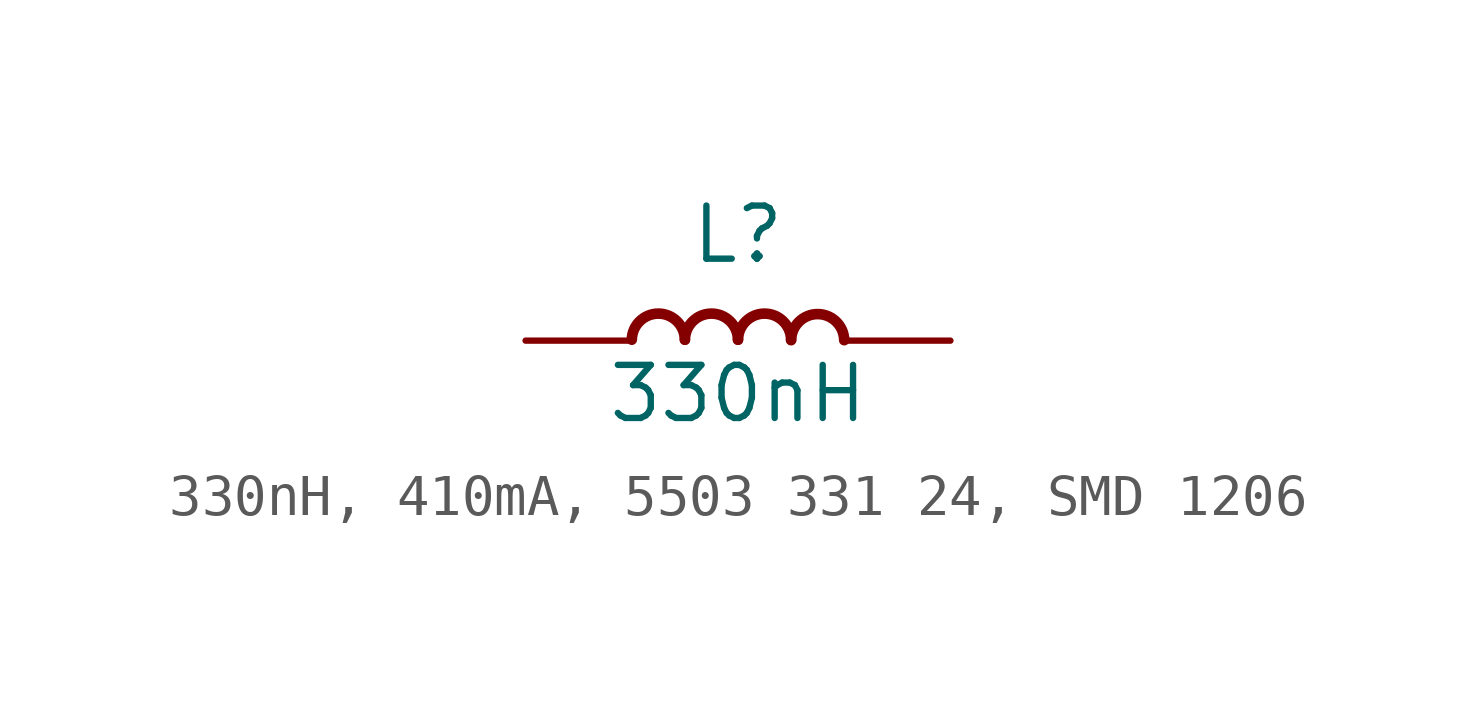
<source format=kicad_sym>
(kicad_symbol_lib
  (version 20231120)
  (generator "kicad_symbol_editor")
  (generator_version "8.0")
  (symbol "330nH, 410mA, 5503 331 24, SMD 1206"
    (pin_numbers hide)
    (pin_names
      (offset 0) hide)
    (property "Reference" "L"
      (at 0 2.54 0)
      (effects (font (size 1.27 1.27))))
    (property "Value" "330nH"
      (at 0 -1.27 0)
      (effects (font (size 1.27 1.27))))
    (symbol "330nH, 410mA, 5503 331 24, SMD 1206_1_1"
      (arc (start -1.27 0.0226) (mid -1.905 0.6464) (end -2.54 0.0226) (stroke (width 0.254) (type default)) (fill (type none)))
      (arc (start 0 0.0226) (mid -0.635 0.6464) (end -1.27 0.0226) (stroke (width 0.254) (type default)) (fill (type none)))
      (arc (start 1.27 0.0226) (mid 0.635 0.6464) (end 0 0.0226) (stroke (width 0.254) (type default)) (fill (type none)))
      (arc (start 2.54 0.0113) (mid 1.905 0.6351) (end 1.27 0.0113) (stroke (width 0.254) (type default)) (fill (type none)))
      (pin passive line (at -5.08 0 0) (length 2.54) (name "1" (effects (font (size 1.27 1.27)))) (number "1" (effects (font (size 1.27 1.27)))))
      (pin passive line (at 5.08 0 180) (length 2.54) (name "2" (effects (font (size 1.27 1.27)))) (number "2" (effects (font (size 1.27 1.27))))))))
</source>
